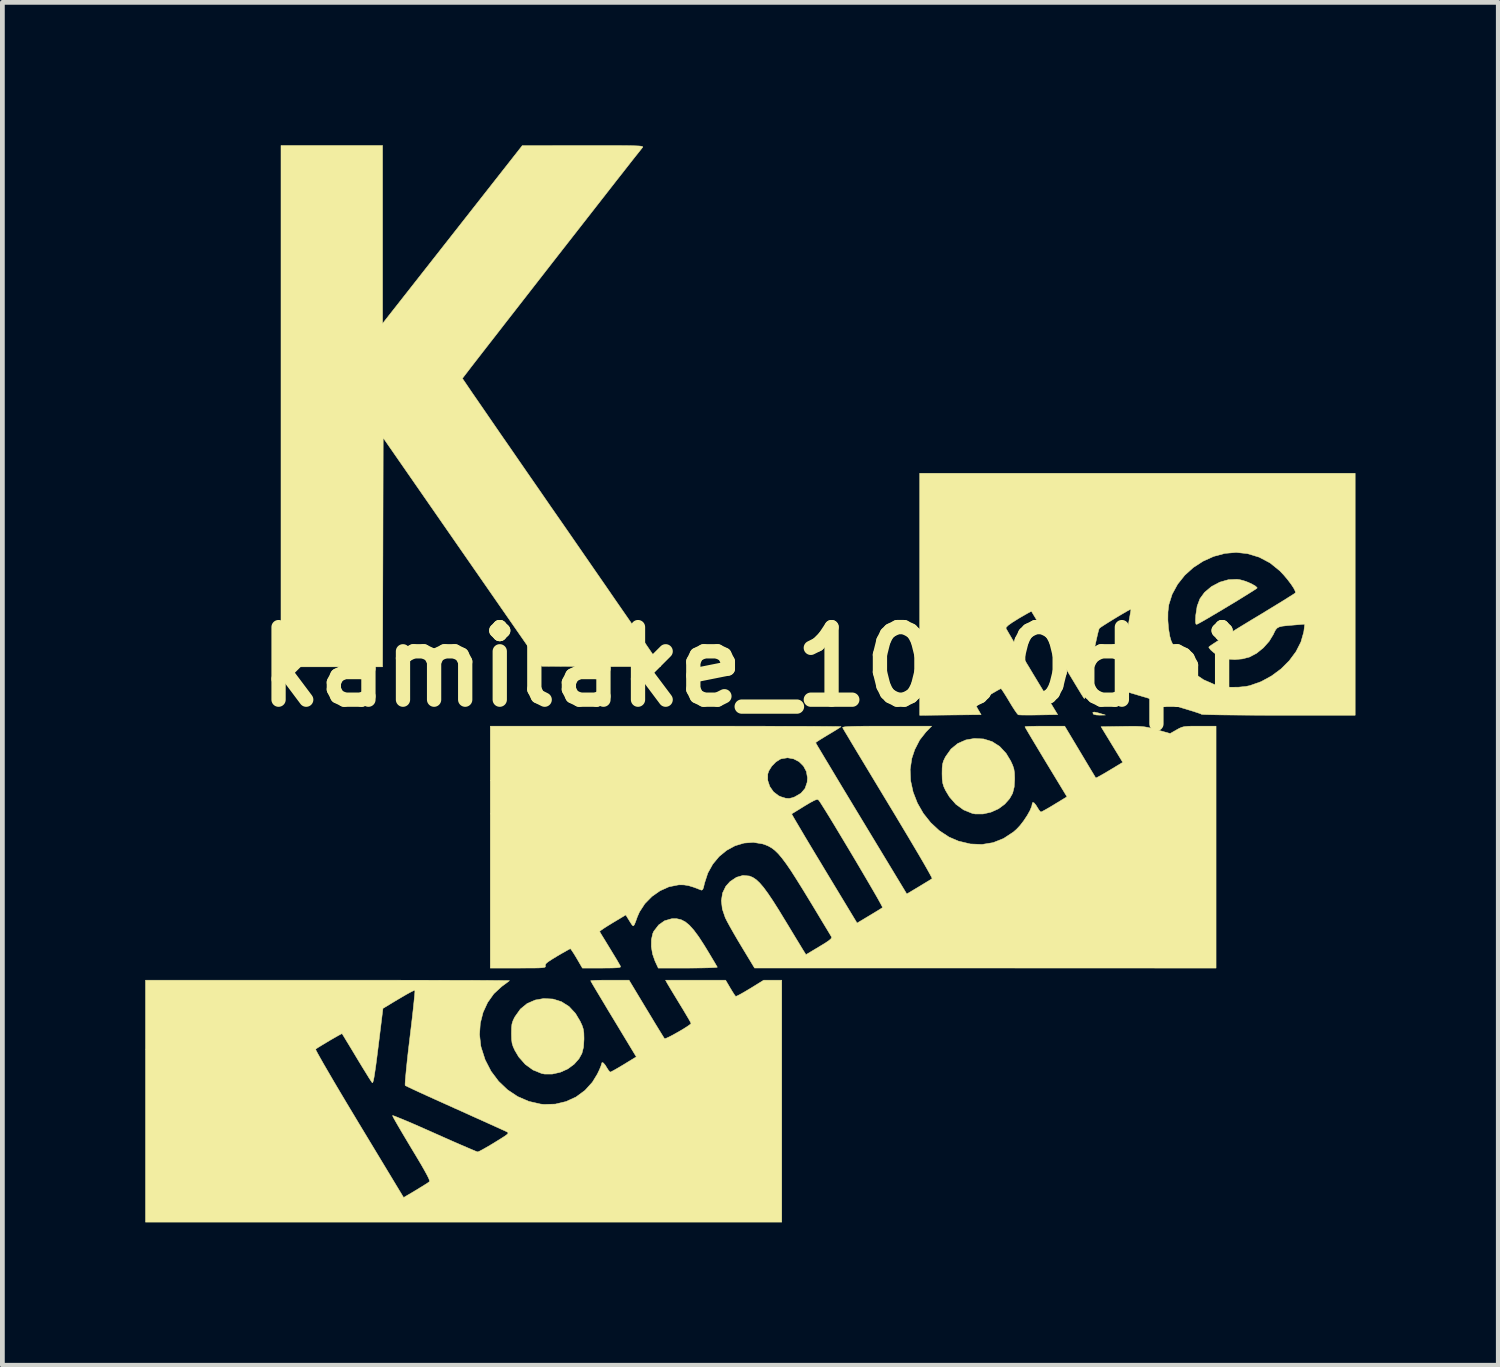
<source format=kicad_pcb>
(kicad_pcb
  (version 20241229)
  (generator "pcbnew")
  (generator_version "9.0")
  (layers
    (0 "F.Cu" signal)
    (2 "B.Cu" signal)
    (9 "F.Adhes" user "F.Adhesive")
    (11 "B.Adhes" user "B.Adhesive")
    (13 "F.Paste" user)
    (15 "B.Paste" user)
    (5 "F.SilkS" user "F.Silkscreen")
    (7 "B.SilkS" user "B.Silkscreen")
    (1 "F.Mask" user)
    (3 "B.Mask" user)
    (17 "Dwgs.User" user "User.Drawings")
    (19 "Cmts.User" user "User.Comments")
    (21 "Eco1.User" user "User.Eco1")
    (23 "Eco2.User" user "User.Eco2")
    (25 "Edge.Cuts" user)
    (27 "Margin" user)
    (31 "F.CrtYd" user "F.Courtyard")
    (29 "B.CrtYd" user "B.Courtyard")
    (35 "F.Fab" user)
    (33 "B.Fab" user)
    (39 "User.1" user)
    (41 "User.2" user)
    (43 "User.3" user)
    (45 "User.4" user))
  (footprint "kamilake_1000dpi"
    (layer "F.Cu")
    (at 12.705 10.952)
    (property "Reference" "kamilake_1000dpi" (at 0 0 0) (layer "F.SilkS") (effects (font (size 1.524 1.524) (thickness 0.3))))
    (attr through_hole)
    (fp_poly (pts (xy 7.29 0.963) (xy 7.332 0.975) (xy 7.455 1.012) (xy 7.336 1.014) (xy 7.262 1.01) (xy 7.211 0.997) (xy 7.2 0.989) (xy 7.191 0.957) (xy 7.22 0.949) (xy 7.29 0.963)) (stroke (width 0.01) (type solid)) (fill yes) (layer "F.SilkS"))
    (fp_poly (pts (xy -1.543 5.289) (xy -1.454 5.309) (xy -1.367 5.354) (xy -1.279 5.426) (xy -1.186 5.53) (xy -1.083 5.669) (xy -0.967 5.848) (xy -0.872 6.004) (xy -0.808 6.111) (xy -0.753 6.203) (xy -0.714 6.27) (xy -0.694 6.304) (xy -0.693 6.306) (xy -0.714 6.311) (xy -0.78 6.315) (xy -0.883 6.319) (xy -1.016 6.322) (xy -1.174 6.324) (xy -1.308 6.325) (xy -1.933 6.325) (xy -2.001 6.179) (xy -2.053 6.03) (xy -2.079 5.874) (xy -2.077 5.726) (xy -2.048 5.598) (xy -2.027 5.552) (xy -1.924 5.419) (xy -1.801 5.332) (xy -1.656 5.29) (xy -1.64 5.289) (xy -1.543 5.289)) (stroke (width 0.01) (type solid)) (fill yes) (layer "F.SilkS"))
    (fp_poly (pts (xy 10.278 -1.83) (xy 10.362 -1.808) (xy 10.453 -1.775) (xy 10.538 -1.735) (xy 10.604 -1.697) (xy 10.639 -1.665) (xy 10.642 -1.656) (xy 10.621 -1.639) (xy 10.563 -1.601) (xy 10.474 -1.545) (xy 10.361 -1.475) (xy 10.232 -1.395) (xy 10.091 -1.31) (xy 9.947 -1.223) (xy 9.806 -1.139) (xy 9.674 -1.061) (xy 9.558 -0.993) (xy 9.465 -0.94) (xy 9.401 -0.905) (xy 9.375 -0.893) (xy 9.358 -0.897) (xy 9.349 -0.926) (xy 9.348 -0.989) (xy 9.353 -1.086) (xy 9.382 -1.275) (xy 9.441 -1.431) (xy 9.537 -1.563) (xy 9.676 -1.68) (xy 9.689 -1.689) (xy 9.859 -1.779) (xy 10.039 -1.83) (xy 10.217 -1.838) (xy 10.278 -1.83)) (stroke (width 0.01) (type solid)) (fill yes) (layer "F.SilkS"))
    (fp_poly (pts (xy -4.144 6.975) (xy -3.966 7.031) (xy -3.807 7.132) (xy -3.672 7.277) (xy -3.576 7.437) (xy -3.533 7.529) (xy -3.508 7.605) (xy -3.496 7.685) (xy -3.493 7.79) (xy -3.493 7.823) (xy -3.503 7.985) (xy -3.536 8.116) (xy -3.598 8.228) (xy -3.695 8.338) (xy -3.697 8.341) (xy -3.832 8.441) (xy -3.99 8.512) (xy -4.158 8.55) (xy -4.32 8.55) (xy -4.381 8.538) (xy -4.562 8.465) (xy -4.724 8.348) (xy -4.862 8.192) (xy -4.942 8.058) (xy -4.98 7.976) (xy -5.003 7.903) (xy -5.013 7.819) (xy -5.016 7.706) (xy -5.016 7.696) (xy -5.014 7.583) (xy -5.006 7.502) (xy -4.986 7.436) (xy -4.953 7.365) (xy -4.941 7.345) (xy -4.828 7.186) (xy -4.687 7.07) (xy -4.517 6.996) (xy -4.34 6.965) (xy -4.144 6.975)) (stroke (width 0.01) (type solid)) (fill yes) (layer "F.SilkS"))
    (fp_poly (pts (xy 4.898 1.514) (xy 5.077 1.57) (xy 5.235 1.671) (xy 5.37 1.816) (xy 5.467 1.976) (xy 5.509 2.068) (xy 5.534 2.144) (xy 5.546 2.224) (xy 5.55 2.329) (xy 5.55 2.362) (xy 5.54 2.524) (xy 5.507 2.655) (xy 5.444 2.767) (xy 5.347 2.877) (xy 5.345 2.88) (xy 5.211 2.98) (xy 5.052 3.051) (xy 4.885 3.089) (xy 4.722 3.089) (xy 4.661 3.077) (xy 4.48 3.004) (xy 4.318 2.887) (xy 4.181 2.731) (xy 4.1 2.597) (xy 4.062 2.515) (xy 4.04 2.442) (xy 4.029 2.358) (xy 4.026 2.245) (xy 4.026 2.235) (xy 4.028 2.122) (xy 4.037 2.041) (xy 4.056 1.975) (xy 4.09 1.904) (xy 4.101 1.884) (xy 4.214 1.725) (xy 4.356 1.609) (xy 4.525 1.535) (xy 4.702 1.504) (xy 4.898 1.514)) (stroke (width 0.01) (type solid)) (fill yes) (layer "F.SilkS"))
    (fp_poly (pts (xy -7.722 -7.209) (xy -4.788 -10.945) (xy -3.508 -10.946) (xy -3.22 -10.946) (xy -2.979 -10.946) (xy -2.781 -10.946) (xy -2.622 -10.945) (xy -2.497 -10.943) (xy -2.404 -10.94) (xy -2.337 -10.937) (xy -2.293 -10.932) (xy -2.269 -10.926) (xy -2.259 -10.919) (xy -2.26 -10.91) (xy -2.266 -10.903) (xy -2.292 -10.87) (xy -2.347 -10.801) (xy -2.428 -10.699) (xy -2.532 -10.567) (xy -2.657 -10.407) (xy -2.801 -10.224) (xy -2.961 -10.019) (xy -3.135 -9.796) (xy -3.321 -9.558) (xy -3.517 -9.307) (xy -3.72 -9.047) (xy -3.928 -8.781) (xy -4.138 -8.512) (xy -4.348 -8.242) (xy -4.556 -7.975) (xy -4.76 -7.713) (xy -4.957 -7.46) (xy -5.145 -7.219) (xy -5.321 -6.992) (xy -5.484 -6.783) (xy -5.631 -6.594) (xy -5.759 -6.429) (xy -5.866 -6.291) (xy -5.95 -6.181) (xy -6.009 -6.104) (xy -6.041 -6.063) (xy -6.045 -6.056) (xy -6.031 -6.034) (xy -5.989 -5.973) (xy -5.922 -5.874) (xy -5.831 -5.74) (xy -5.717 -5.575) (xy -5.582 -5.379) (xy -5.428 -5.155) (xy -5.257 -4.906) (xy -5.069 -4.635) (xy -4.867 -4.342) (xy -4.652 -4.031) (xy -4.426 -3.705) (xy -4.191 -3.364) (xy -3.962 -3.035) (xy -3.719 -2.684) (xy -3.484 -2.344) (xy -3.259 -2.018) (xy -3.045 -1.709) (xy -2.844 -1.417) (xy -2.657 -1.147) (xy -2.486 -0.9) (xy -2.334 -0.678) (xy -2.2 -0.484) (xy -2.088 -0.32) (xy -1.998 -0.189) (xy -1.932 -0.093) (xy -1.892 -0.033) (xy -1.88 -0.014) (xy -1.904 -0.011) (xy -1.975 -0.009) (xy -2.086 -0.007) (xy -2.234 -0.006) (xy -2.414 -0.005) (xy -2.62 -0.005) (xy -2.847 -0.005) (xy -3.092 -0.006) (xy -3.13 -0.006) (xy -4.381 -0.013) (xy -6.045 -2.41) (xy -7.709 -4.808) (xy -7.715 -2.404) (xy -7.722 0) (xy -9.855 0) (xy -9.855 -10.947) (xy -7.722 -10.947) (xy -7.722 -7.209)) (stroke (width 0.01) (type solid)) (fill yes) (layer "F.SilkS"))
    (fp_poly (pts (xy 12.7 1.016) (xy 11.087 1.016) (xy 10.806 1.016) (xy 10.541 1.015) (xy 10.295 1.013) (xy 10.073 1.011) (xy 9.88 1.009) (xy 9.719 1.006) (xy 9.596 1.003) (xy 9.513 1) (xy 9.476 0.997) (xy 9.474 0.996) (xy 9.451 0.984) (xy 9.384 0.961) (xy 9.278 0.927) (xy 9.141 0.885) (xy 8.976 0.836) (xy 8.789 0.781) (xy 8.586 0.723) (xy 8.585 0.723) (xy 8.344 0.654) (xy 8.148 0.596) (xy 7.993 0.55) (xy 7.876 0.512) (xy 7.791 0.483) (xy 7.736 0.46) (xy 7.705 0.442) (xy 7.696 0.428) (xy 7.701 0.394) (xy 7.714 0.316) (xy 7.734 0.2) (xy 7.761 0.054) (xy 7.792 -0.116) (xy 7.828 -0.305) (xy 7.847 -0.409) (xy 7.884 -0.603) (xy 7.917 -0.78) (xy 7.946 -0.935) (xy 7.954 -0.981) (xy 8.767 -0.981) (xy 8.781 -0.803) (xy 8.808 -0.641) (xy 8.835 -0.548) (xy 8.953 -0.291) (xy 9.107 -0.067) (xy 9.296 0.121) (xy 9.517 0.271) (xy 9.766 0.38) (xy 9.779 0.384) (xy 9.913 0.413) (xy 10.076 0.428) (xy 10.247 0.427) (xy 10.407 0.411) (xy 10.489 0.394) (xy 10.724 0.311) (xy 10.944 0.191) (xy 11.144 0.043) (xy 11.317 -0.13) (xy 11.458 -0.32) (xy 11.561 -0.522) (xy 11.62 -0.729) (xy 11.626 -0.772) (xy 11.641 -0.897) (xy 11.415 -0.878) (xy 11.274 -0.866) (xy 11.175 -0.855) (xy 11.107 -0.839) (xy 11.062 -0.815) (xy 11.03 -0.779) (xy 11.002 -0.726) (xy 10.982 -0.682) (xy 10.894 -0.537) (xy 10.772 -0.4) (xy 10.63 -0.285) (xy 10.482 -0.207) (xy 10.477 -0.205) (xy 10.33 -0.167) (xy 10.171 -0.153) (xy 10.02 -0.164) (xy 9.894 -0.199) (xy 9.893 -0.2) (xy 9.81 -0.245) (xy 9.73 -0.3) (xy 9.667 -0.355) (xy 9.631 -0.401) (xy 9.627 -0.415) (xy 9.648 -0.434) (xy 9.709 -0.476) (xy 9.804 -0.538) (xy 9.928 -0.618) (xy 10.079 -0.712) (xy 10.25 -0.818) (xy 10.437 -0.932) (xy 10.529 -0.988) (xy 10.724 -1.105) (xy 10.904 -1.215) (xy 11.066 -1.314) (xy 11.206 -1.4) (xy 11.317 -1.47) (xy 11.397 -1.52) (xy 11.44 -1.549) (xy 11.446 -1.554) (xy 11.441 -1.59) (xy 11.408 -1.655) (xy 11.353 -1.738) (xy 11.281 -1.833) (xy 11.2 -1.929) (xy 11.116 -2.018) (xy 11.114 -2.019) (xy 10.913 -2.182) (xy 10.684 -2.303) (xy 10.439 -2.377) (xy 10.202 -2.403) (xy 9.963 -2.382) (xy 9.729 -2.319) (xy 9.507 -2.219) (xy 9.302 -2.086) (xy 9.121 -1.923) (xy 8.971 -1.734) (xy 8.857 -1.525) (xy 8.787 -1.304) (xy 8.769 -1.154) (xy 8.767 -0.981) (xy 7.954 -0.981) (xy 7.968 -1.06) (xy 7.984 -1.152) (xy 7.992 -1.202) (xy 7.992 -1.211) (xy 7.969 -1.201) (xy 7.912 -1.171) (xy 7.83 -1.123) (xy 7.733 -1.066) (xy 7.629 -1.003) (xy 7.528 -0.941) (xy 7.439 -0.885) (xy 7.37 -0.84) (xy 7.332 -0.812) (xy 7.328 -0.809) (xy 7.315 -0.776) (xy 7.295 -0.699) (xy 7.269 -0.586) (xy 7.238 -0.444) (xy 7.205 -0.277) (xy 7.169 -0.095) (xy 7.164 -0.064) (xy 7.129 0.12) (xy 7.097 0.286) (xy 7.069 0.43) (xy 7.046 0.544) (xy 7.03 0.621) (xy 7.021 0.657) (xy 7.021 0.658) (xy 7.018 0.662) (xy 7.016 0.666) (xy 7.012 0.664) (xy 7.003 0.654) (xy 6.988 0.631) (xy 6.963 0.593) (xy 6.927 0.534) (xy 6.877 0.452) (xy 6.811 0.343) (xy 6.726 0.202) (xy 6.62 0.026) (xy 6.492 -0.188) (xy 6.452 -0.254) (xy 6.336 -0.448) (xy 6.227 -0.628) (xy 6.13 -0.789) (xy 6.047 -0.928) (xy 5.98 -1.038) (xy 5.932 -1.117) (xy 5.907 -1.159) (xy 5.903 -1.164) (xy 5.88 -1.156) (xy 5.822 -1.125) (xy 5.738 -1.077) (xy 5.636 -1.018) (xy 5.627 -1.012) (xy 5.497 -0.931) (xy 5.413 -0.871) (xy 5.372 -0.829) (xy 5.367 -0.813) (xy 5.382 -0.783) (xy 5.421 -0.715) (xy 5.48 -0.614) (xy 5.557 -0.483) (xy 5.649 -0.328) (xy 5.754 -0.153) (xy 5.868 0.035) (xy 5.915 0.114) (xy 6.453 1.003) (xy 6.053 1.01) (xy 5.914 1.012) (xy 5.793 1.012) (xy 5.698 1.011) (xy 5.639 1.008) (xy 5.625 1.006) (xy 5.602 0.981) (xy 5.559 0.921) (xy 5.503 0.835) (xy 5.44 0.731) (xy 5.437 0.726) (xy 5.375 0.623) (xy 5.322 0.539) (xy 5.283 0.48) (xy 5.264 0.457) (xy 5.263 0.457) (xy 5.235 0.469) (xy 5.175 0.502) (xy 5.094 0.549) (xy 5.002 0.603) (xy 4.909 0.66) (xy 4.825 0.712) (xy 4.761 0.753) (xy 4.727 0.778) (xy 4.724 0.782) (xy 4.736 0.81) (xy 4.766 0.866) (xy 4.785 0.9) (xy 4.846 1.004) (xy 3.556 1.018) (xy 3.556 -4.064) (xy 12.7 -4.064) (xy 12.7 1.016)) (stroke (width 0.01) (type solid)) (fill yes) (layer "F.SilkS"))
    (fp_poly (pts (xy -8.437 6.579) (xy -8.014 6.579) (xy -7.609 6.579) (xy -7.223 6.58) (xy -6.86 6.58) (xy -6.522 6.581) (xy -6.212 6.582) (xy -5.933 6.582) (xy -5.688 6.583) (xy -5.478 6.584) (xy -5.308 6.585) (xy -5.179 6.586) (xy -5.095 6.587) (xy -5.058 6.589) (xy -5.057 6.589) (xy -5.081 6.608) (xy -5.135 6.649) (xy -5.209 6.703) (xy -5.221 6.712) (xy -5.385 6.863) (xy -5.516 7.047) (xy -5.612 7.256) (xy -5.67 7.483) (xy -5.686 7.719) (xy -5.66 7.957) (xy -5.653 7.988) (xy -5.568 8.252) (xy -5.444 8.492) (xy -5.286 8.702) (xy -5.098 8.881) (xy -4.885 9.023) (xy -4.651 9.124) (xy -4.401 9.181) (xy -4.33 9.188) (xy -4.094 9.181) (xy -3.868 9.127) (xy -3.659 9.031) (xy -3.473 8.894) (xy -3.317 8.722) (xy -3.214 8.554) (xy -3.171 8.465) (xy -3.14 8.391) (xy -3.125 8.345) (xy -3.124 8.34) (xy -3.114 8.308) (xy -3.086 8.317) (xy -3.045 8.365) (xy -3.02 8.407) (xy -2.981 8.468) (xy -2.95 8.504) (xy -2.94 8.509) (xy -2.911 8.496) (xy -2.848 8.462) (xy -2.761 8.412) (xy -2.657 8.35) (xy -2.656 8.349) (xy -2.394 8.189) (xy -2.873 7.396) (xy -2.983 7.215) (xy -3.083 7.047) (xy -3.172 6.899) (xy -3.247 6.774) (xy -3.304 6.678) (xy -3.34 6.615) (xy -3.353 6.591) (xy -3.353 6.591) (xy -3.329 6.587) (xy -3.263 6.583) (xy -3.163 6.58) (xy -3.038 6.579) (xy -2.95 6.579) (xy -2.547 6.579) (xy -2.184 7.182) (xy -2.088 7.34) (xy -2.001 7.485) (xy -1.925 7.609) (xy -1.864 7.708) (xy -1.822 7.776) (xy -1.802 7.806) (xy -1.802 7.807) (xy -1.775 7.802) (xy -1.716 7.776) (xy -1.634 7.734) (xy -1.541 7.682) (xy -1.445 7.627) (xy -1.358 7.573) (xy -1.29 7.528) (xy -1.25 7.496) (xy -1.245 7.487) (xy -1.257 7.46) (xy -1.292 7.397) (xy -1.346 7.306) (xy -1.413 7.193) (xy -1.482 7.08) (xy -1.561 6.95) (xy -1.632 6.833) (xy -1.691 6.735) (xy -1.732 6.666) (xy -1.75 6.635) (xy -1.78 6.579) (xy -0.519 6.579) (xy -0.422 6.744) (xy -0.373 6.825) (xy -0.333 6.887) (xy -0.309 6.918) (xy -0.308 6.92) (xy -0.281 6.911) (xy -0.219 6.88) (xy -0.132 6.831) (xy -0.028 6.769) (xy -0.004 6.755) (xy 0.281 6.579) (xy 0.66 6.579) (xy 0.66 11.659) (xy -12.7 11.659) (xy -12.7 8.028) (xy -9.128 8.028) (xy -9.119 8.052) (xy -9.085 8.117) (xy -9.029 8.217) (xy -8.953 8.351) (xy -8.858 8.514) (xy -8.748 8.703) (xy -8.623 8.914) (xy -8.486 9.144) (xy -8.338 9.39) (xy -8.215 9.595) (xy -7.28 11.143) (xy -7.024 10.991) (xy -6.921 10.928) (xy -6.832 10.873) (xy -6.767 10.831) (xy -6.739 10.81) (xy -6.736 10.792) (xy -6.749 10.751) (xy -6.78 10.686) (xy -6.831 10.592) (xy -6.903 10.465) (xy -6.999 10.303) (xy -7.114 10.112) (xy -7.214 9.945) (xy -7.305 9.792) (xy -7.383 9.659) (xy -7.446 9.55) (xy -7.49 9.471) (xy -7.511 9.428) (xy -7.513 9.422) (xy -7.489 9.427) (xy -7.424 9.452) (xy -7.323 9.493) (xy -7.19 9.548) (xy -7.032 9.616) (xy -6.853 9.695) (xy -6.659 9.781) (xy -6.63 9.794) (xy -6.432 9.882) (xy -6.249 9.963) (xy -6.084 10.035) (xy -5.944 10.095) (xy -5.834 10.142) (xy -5.76 10.173) (xy -5.725 10.185) (xy -5.724 10.185) (xy -5.693 10.173) (xy -5.626 10.138) (xy -5.534 10.086) (xy -5.424 10.021) (xy -5.373 9.99) (xy -5.25 9.914) (xy -5.165 9.86) (xy -5.113 9.823) (xy -5.089 9.798) (xy -5.087 9.781) (xy -5.103 9.768) (xy -5.111 9.764) (xy -5.145 9.747) (xy -5.222 9.712) (xy -5.334 9.661) (xy -5.478 9.596) (xy -5.648 9.519) (xy -5.84 9.433) (xy -6.047 9.339) (xy -6.198 9.272) (xy -6.412 9.175) (xy -6.612 9.085) (xy -6.793 9.003) (xy -6.951 8.931) (xy -7.08 8.871) (xy -7.175 8.826) (xy -7.232 8.798) (xy -7.247 8.79) (xy -7.249 8.761) (xy -7.245 8.687) (xy -7.235 8.574) (xy -7.221 8.427) (xy -7.203 8.252) (xy -7.181 8.055) (xy -7.155 7.84) (xy -7.149 7.787) (xy -7.123 7.57) (xy -7.099 7.368) (xy -7.079 7.188) (xy -7.063 7.035) (xy -7.051 6.914) (xy -7.044 6.832) (xy -7.043 6.793) (xy -7.044 6.791) (xy -7.069 6.798) (xy -7.13 6.828) (xy -7.218 6.876) (xy -7.326 6.939) (xy -7.386 6.974) (xy -7.714 7.171) (xy -7.812 7.967) (xy -7.841 8.197) (xy -7.865 8.381) (xy -7.886 8.522) (xy -7.902 8.624) (xy -7.916 8.691) (xy -7.928 8.726) (xy -7.938 8.733) (xy -7.94 8.731) (xy -7.961 8.701) (xy -8.005 8.634) (xy -8.065 8.536) (xy -8.14 8.415) (xy -8.224 8.277) (xy -8.268 8.204) (xy -8.353 8.062) (xy -8.43 7.935) (xy -8.494 7.83) (xy -8.541 7.752) (xy -8.568 7.709) (xy -8.572 7.701) (xy -8.595 7.711) (xy -8.651 7.741) (xy -8.73 7.786) (xy -8.822 7.839) (xy -8.917 7.896) (xy -9.005 7.949) (xy -9.077 7.993) (xy -9.121 8.023) (xy -9.128 8.028) (xy -12.7 8.028) (xy -12.7 6.579) (xy -8.873 6.579) (xy -8.437 6.579)) (stroke (width 0.01) (type solid)) (fill yes) (layer "F.SilkS"))
    (fp_poly (pts (xy -1.35 1.245) (xy -0.936 1.245) (xy -0.538 1.245) (xy -0.161 1.246) (xy 0.194 1.246) (xy 0.523 1.247) (xy 0.824 1.248) (xy 1.095 1.248) (xy 1.331 1.249) (xy 1.53 1.25) (xy 1.69 1.251) (xy 1.808 1.252) (xy 1.881 1.253) (xy 1.905 1.255) (xy 1.884 1.271) (xy 1.828 1.307) (xy 1.745 1.358) (xy 1.644 1.419) (xy 1.638 1.422) (xy 1.536 1.484) (xy 1.452 1.536) (xy 1.394 1.574) (xy 1.372 1.592) (xy 1.372 1.593) (xy 1.384 1.616) (xy 1.421 1.679) (xy 1.481 1.779) (xy 1.56 1.912) (xy 1.658 2.074) (xy 1.771 2.263) (xy 1.898 2.475) (xy 2.037 2.705) (xy 2.186 2.952) (xy 2.328 3.187) (xy 3.285 4.769) (xy 3.541 4.616) (xy 3.643 4.554) (xy 3.73 4.501) (xy 3.792 4.463) (xy 3.818 4.445) (xy 3.808 4.421) (xy 3.774 4.357) (xy 3.718 4.256) (xy 3.642 4.123) (xy 3.547 3.96) (xy 3.435 3.771) (xy 3.31 3.56) (xy 3.172 3.33) (xy 3.025 3.084) (xy 2.894 2.868) (xy 2.739 2.611) (xy 2.591 2.366) (xy 2.453 2.137) (xy 2.327 1.928) (xy 2.214 1.741) (xy 2.118 1.581) (xy 2.041 1.451) (xy 1.983 1.355) (xy 1.948 1.295) (xy 1.938 1.276) (xy 1.944 1.268) (xy 1.974 1.261) (xy 2.03 1.255) (xy 2.118 1.251) (xy 2.24 1.248) (xy 2.401 1.246) (xy 2.605 1.245) (xy 2.856 1.245) (xy 3.807 1.245) (xy 3.688 1.367) (xy 3.556 1.535) (xy 3.452 1.738) (xy 3.391 1.921) (xy 3.356 2.154) (xy 3.366 2.392) (xy 3.418 2.63) (xy 3.508 2.861) (xy 3.632 3.077) (xy 3.787 3.272) (xy 3.968 3.44) (xy 4.172 3.574) (xy 4.369 3.659) (xy 4.621 3.719) (xy 4.865 3.729) (xy 5.098 3.691) (xy 5.317 3.604) (xy 5.521 3.47) (xy 5.588 3.412) (xy 5.665 3.33) (xy 5.743 3.228) (xy 5.815 3.119) (xy 5.873 3.015) (xy 5.909 2.927) (xy 5.918 2.879) (xy 5.929 2.847) (xy 5.957 2.856) (xy 5.997 2.904) (xy 6.023 2.946) (xy 6.061 3.007) (xy 6.093 3.043) (xy 6.102 3.048) (xy 6.131 3.035) (xy 6.194 3.001) (xy 6.282 2.951) (xy 6.385 2.889) (xy 6.386 2.888) (xy 6.649 2.728) (xy 6.207 1.999) (xy 6.102 1.825) (xy 6.006 1.665) (xy 5.922 1.525) (xy 5.853 1.409) (xy 5.802 1.322) (xy 5.772 1.27) (xy 5.766 1.257) (xy 5.79 1.253) (xy 5.856 1.249) (xy 5.957 1.247) (xy 6.083 1.245) (xy 6.183 1.245) (xy 6.601 1.245) (xy 6.924 1.784) (xy 7.013 1.933) (xy 7.093 2.067) (xy 7.161 2.18) (xy 7.213 2.266) (xy 7.245 2.319) (xy 7.254 2.333) (xy 7.277 2.324) (xy 7.335 2.293) (xy 7.42 2.245) (xy 7.523 2.184) (xy 7.54 2.174) (xy 7.82 2.005) (xy 7.592 1.631) (xy 7.364 1.257) (xy 7.813 1.25) (xy 7.976 1.248) (xy 8.1 1.248) (xy 8.197 1.252) (xy 8.278 1.26) (xy 8.354 1.273) (xy 8.438 1.294) (xy 8.538 1.322) (xy 8.815 1.4) (xy 8.951 1.322) (xy 9.007 1.291) (xy 9.056 1.27) (xy 9.107 1.256) (xy 9.173 1.249) (xy 9.265 1.245) (xy 9.394 1.245) (xy 9.433 1.245) (xy 9.779 1.245) (xy 9.779 6.325) (xy 4.934 6.324) (xy 0.089 6.324) (xy -0.183 5.874) (xy -0.271 5.727) (xy -0.354 5.584) (xy -0.427 5.455) (xy -0.485 5.349) (xy -0.522 5.276) (xy -0.525 5.271) (xy -0.588 5.085) (xy -0.608 4.91) (xy -0.583 4.749) (xy -0.515 4.608) (xy -0.425 4.508) (xy -0.291 4.419) (xy -0.156 4.38) (xy -0.02 4.392) (xy -0.014 4.394) (xy 0.053 4.422) (xy 0.122 4.468) (xy 0.195 4.536) (xy 0.276 4.63) (xy 0.368 4.755) (xy 0.475 4.914) (xy 0.6 5.111) (xy 0.697 5.271) (xy 0.795 5.431) (xy 0.886 5.582) (xy 0.967 5.716) (xy 1.035 5.827) (xy 1.084 5.908) (xy 1.109 5.949) (xy 1.168 6.043) (xy 1.447 5.876) (xy 1.564 5.805) (xy 1.642 5.753) (xy 1.687 5.716) (xy 1.706 5.689) (xy 1.703 5.668) (xy 1.684 5.636) (xy 1.643 5.567) (xy 1.582 5.466) (xy 1.504 5.337) (xy 1.414 5.187) (xy 1.314 5.021) (xy 1.252 4.919) (xy 1.097 4.665) (xy 0.964 4.452) (xy 0.85 4.274) (xy 0.751 4.13) (xy 0.664 4.014) (xy 0.587 3.923) (xy 0.515 3.853) (xy 0.446 3.801) (xy 0.377 3.762) (xy 0.304 3.732) (xy 0.257 3.717) (xy 0.062 3.685) (xy -0.133 3.7) (xy -0.322 3.757) (xy -0.498 3.853) (xy -0.656 3.983) (xy -0.789 4.143) (xy -0.893 4.33) (xy -0.961 4.539) (xy -0.965 4.555) (xy -0.984 4.638) (xy -1.003 4.679) (xy -1.025 4.689) (xy -1.037 4.685) (xy -1.182 4.629) (xy -1.296 4.594) (xy -1.395 4.578) (xy -1.492 4.577) (xy -1.515 4.579) (xy -1.709 4.618) (xy -1.896 4.702) (xy -2.067 4.822) (xy -2.214 4.972) (xy -2.327 5.145) (xy -2.372 5.247) (xy -2.41 5.353) (xy -2.436 5.416) (xy -2.456 5.439) (xy -2.478 5.427) (xy -2.508 5.382) (xy -2.535 5.339) (xy -2.615 5.209) (xy -2.894 5.376) (xy -2.998 5.44) (xy -3.084 5.495) (xy -3.142 5.536) (xy -3.165 5.558) (xy -3.165 5.559) (xy -3.149 5.585) (xy -3.112 5.647) (xy -3.057 5.736) (xy -2.99 5.846) (xy -2.947 5.916) (xy -2.875 6.035) (xy -2.811 6.14) (xy -2.762 6.224) (xy -2.732 6.277) (xy -2.725 6.291) (xy -2.729 6.304) (xy -2.756 6.313) (xy -2.812 6.319) (xy -2.904 6.323) (xy -3.038 6.324) (xy -3.119 6.325) (xy -3.526 6.325) (xy -3.645 6.121) (xy -3.698 6.033) (xy -3.743 5.964) (xy -3.772 5.924) (xy -3.779 5.918) (xy -3.805 5.93) (xy -3.866 5.964) (xy -3.953 6.013) (xy -4.056 6.073) (xy -4.057 6.074) (xy -4.17 6.143) (xy -4.246 6.193) (xy -4.289 6.229) (xy -4.305 6.258) (xy -4.304 6.277) (xy -4.302 6.292) (xy -4.309 6.304) (xy -4.331 6.312) (xy -4.375 6.318) (xy -4.446 6.322) (xy -4.55 6.324) (xy -4.693 6.324) (xy -4.875 6.325) (xy -5.461 6.325) (xy -5.461 3.088) (xy 0.868 3.088) (xy 0.879 3.11) (xy 0.914 3.172) (xy 0.971 3.269) (xy 1.047 3.397) (xy 1.139 3.553) (xy 1.246 3.732) (xy 1.365 3.93) (xy 1.494 4.143) (xy 1.55 4.237) (xy 2.241 5.38) (xy 2.498 5.226) (xy 2.601 5.164) (xy 2.688 5.111) (xy 2.75 5.072) (xy 2.776 5.054) (xy 2.767 5.031) (xy 2.734 4.969) (xy 2.681 4.873) (xy 2.61 4.749) (xy 2.524 4.601) (xy 2.427 4.435) (xy 2.321 4.255) (xy 2.21 4.067) (xy 2.095 3.874) (xy 1.981 3.684) (xy 1.87 3.499) (xy 1.766 3.326) (xy 1.67 3.168) (xy 1.586 3.032) (xy 1.517 2.922) (xy 1.467 2.843) (xy 1.437 2.801) (xy 1.433 2.797) (xy 1.413 2.785) (xy 1.381 2.789) (xy 1.329 2.811) (xy 1.249 2.855) (xy 1.138 2.921) (xy 1.037 2.984) (xy 0.952 3.036) (xy 0.893 3.072) (xy 0.868 3.088) (xy 0.868 3.088) (xy -5.461 3.088) (xy -5.461 2.383) (xy 0.365 2.383) (xy 0.408 2.512) (xy 0.486 2.624) (xy 0.594 2.707) (xy 0.648 2.73) (xy 0.743 2.759) (xy 0.816 2.764) (xy 0.891 2.746) (xy 0.933 2.73) (xy 1.063 2.654) (xy 1.149 2.553) (xy 1.193 2.424) (xy 1.2 2.332) (xy 1.177 2.197) (xy 1.115 2.082) (xy 1.023 1.991) (xy 0.909 1.932) (xy 0.782 1.909) (xy 0.652 1.93) (xy 0.627 1.939) (xy 0.535 1.998) (xy 0.45 2.085) (xy 0.388 2.185) (xy 0.366 2.25) (xy 0.365 2.383) (xy -5.461 2.383) (xy -5.461 1.245) (xy -1.778 1.245) (xy -1.35 1.245)) (stroke (width 0.01) (type solid)) (fill yes) (layer "F.SilkS")))
  (gr_rect
    (start -3 -3)
    (end 28.41 25.616)
    (stroke (width 0.1) (type default))
    (fill no)
    (layer "Edge.Cuts")))
</source>
